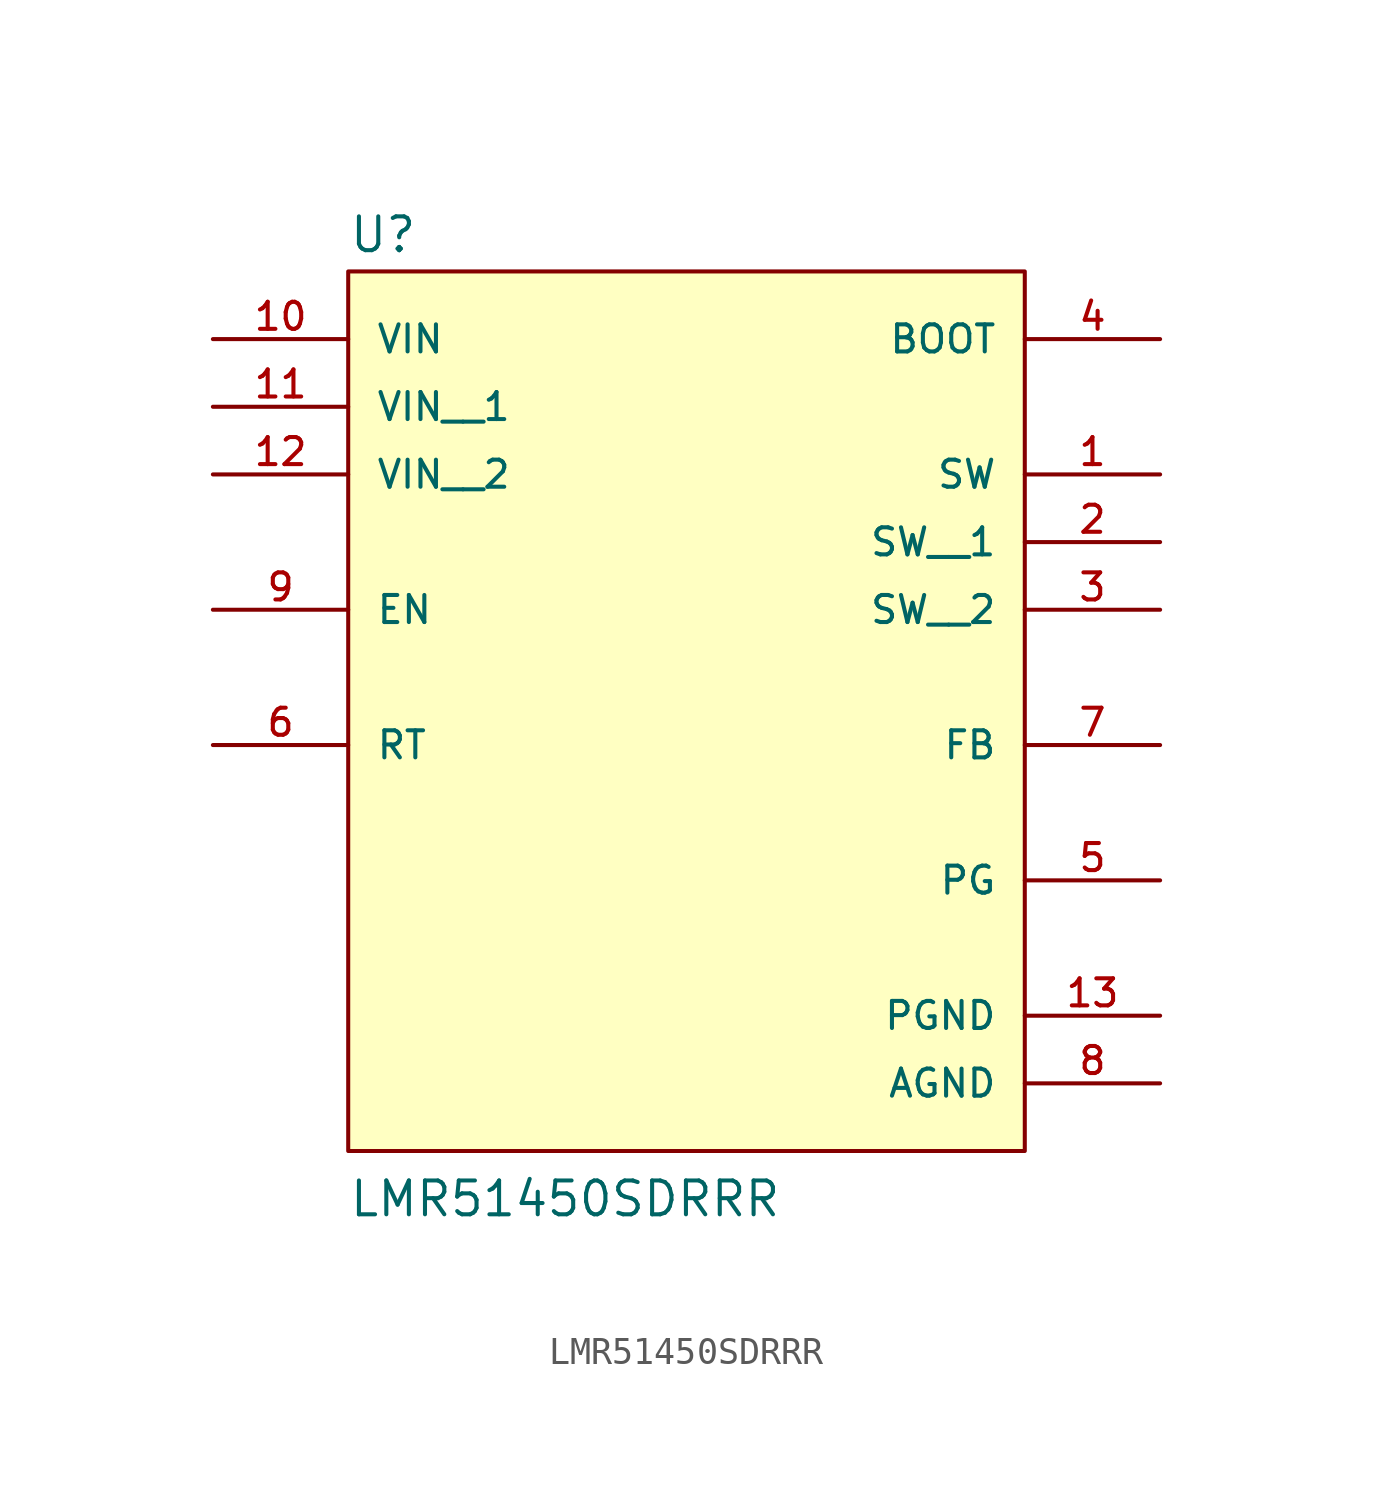
<source format=kicad_sym>
(kicad_symbol_lib
  (version 20211014)
  (generator kicad_symbol_editor)
  (symbol "LMR51450SDRRR"
    (pin_names
      (offset 1.016))
    (property "Reference" "U"
      (at -12.7 13.335 0)
      (effects (font (size 1.27 1.27)) (justify bottom left)))
    (property "Value" "LMR51450SDRRR"
      (at -12.7 -22.86 0)
      (effects (font (size 1.27 1.27)) (justify bottom left)))
    (symbol "LMR51450SDRRR_0_0"
      (rectangle (start -12.7 -20.32) (end 12.7 12.7) (stroke (width 0.152)) (fill (type background)))
      (pin input line (at -17.78 0.0 0) (length 5.08) (name "EN" (effects (font (size 1.016 1.016)))) (number "9" (effects (font (size 1.016 1.016)))))
      (pin output line (at 17.78 5.08 180.0) (length 5.08) (name "SW" (effects (font (size 1.016 1.016)))) (number "1" (effects (font (size 1.016 1.016)))))
      (pin output line (at 17.78 -10.16 180.0) (length 5.08) (name "PG" (effects (font (size 1.016 1.016)))) (number "5" (effects (font (size 1.016 1.016)))))
      (pin passive line (at 17.78 10.16 180.0) (length 5.08) (name "BOOT" (effects (font (size 1.016 1.016)))) (number "4" (effects (font (size 1.016 1.016)))))
      (pin input line (at 17.78 -5.08 180.0) (length 5.08) (name "FB" (effects (font (size 1.016 1.016)))) (number "7" (effects (font (size 1.016 1.016)))))
      (pin input line (at -17.78 10.16 0) (length 5.08) (name "VIN" (effects (font (size 1.016 1.016)))) (number "10" (effects (font (size 1.016 1.016)))))
      (pin power_in line (at 17.78 -15.24 180.0) (length 5.08) (name "PGND" (effects (font (size 1.016 1.016)))) (number "13" (effects (font (size 1.016 1.016)))))
      (pin input line (at -17.78 -5.08 0) (length 5.08) (name "RT" (effects (font (size 1.016 1.016)))) (number "6" (effects (font (size 1.016 1.016)))))
      (pin power_in line (at 17.78 -17.78 180.0) (length 5.08) (name "AGND" (effects (font (size 1.016 1.016)))) (number "8" (effects (font (size 1.016 1.016)))))
      (pin input line (at -17.78 7.62 0) (length 5.08) (name "VIN__1" (effects (font (size 1.016 1.016)))) (number "11" (effects (font (size 1.016 1.016)))))
      (pin input line (at -17.78 5.08 0) (length 5.08) (name "VIN__2" (effects (font (size 1.016 1.016)))) (number "12" (effects (font (size 1.016 1.016)))))
      (pin output line (at 17.78 2.54 180.0) (length 5.08) (name "SW__1" (effects (font (size 1.016 1.016)))) (number "2" (effects (font (size 1.016 1.016)))))
      (pin output line (at 17.78 0.0 180.0) (length 5.08) (name "SW__2" (effects (font (size 1.016 1.016)))) (number "3" (effects (font (size 1.016 1.016))))))))
</source>
